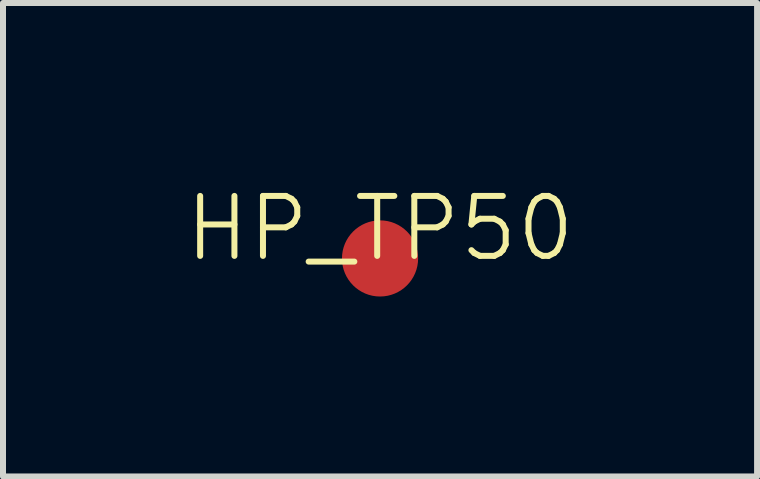
<source format=kicad_pcb>
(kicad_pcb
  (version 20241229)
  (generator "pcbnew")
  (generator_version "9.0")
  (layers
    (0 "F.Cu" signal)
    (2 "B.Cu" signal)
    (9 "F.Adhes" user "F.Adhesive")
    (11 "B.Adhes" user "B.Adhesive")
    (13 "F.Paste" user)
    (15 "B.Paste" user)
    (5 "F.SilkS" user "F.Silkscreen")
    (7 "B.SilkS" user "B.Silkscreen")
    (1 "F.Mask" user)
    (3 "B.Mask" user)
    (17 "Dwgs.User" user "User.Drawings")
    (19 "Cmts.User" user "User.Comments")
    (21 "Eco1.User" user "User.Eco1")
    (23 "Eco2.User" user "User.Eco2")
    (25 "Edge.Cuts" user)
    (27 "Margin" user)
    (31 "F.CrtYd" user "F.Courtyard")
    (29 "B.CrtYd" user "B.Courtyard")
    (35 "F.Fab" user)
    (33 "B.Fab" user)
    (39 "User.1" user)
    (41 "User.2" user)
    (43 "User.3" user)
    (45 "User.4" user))
  (footprint "HP_TP50"
    (layer "F.Cu")
    (at 3.288 1.26)
    (property "Reference" "HP_TP50" (at 0 -0.5 0) (unlocked yes) (layer "F.SilkS") (effects (font (size 1 1) (thickness 0.1))))
    (attr smd)
    (pad "1" smd circle (at 0 0) (size 1.27 1.27) (layers "F.Cu" "F.Mask" "F.Paste")))
  (gr_rect
    (start -3 -3)
    (end 9.576 4.896)
    (stroke (width 0.1) (type default))
    (fill no)
    (layer "Edge.Cuts")))
</source>
